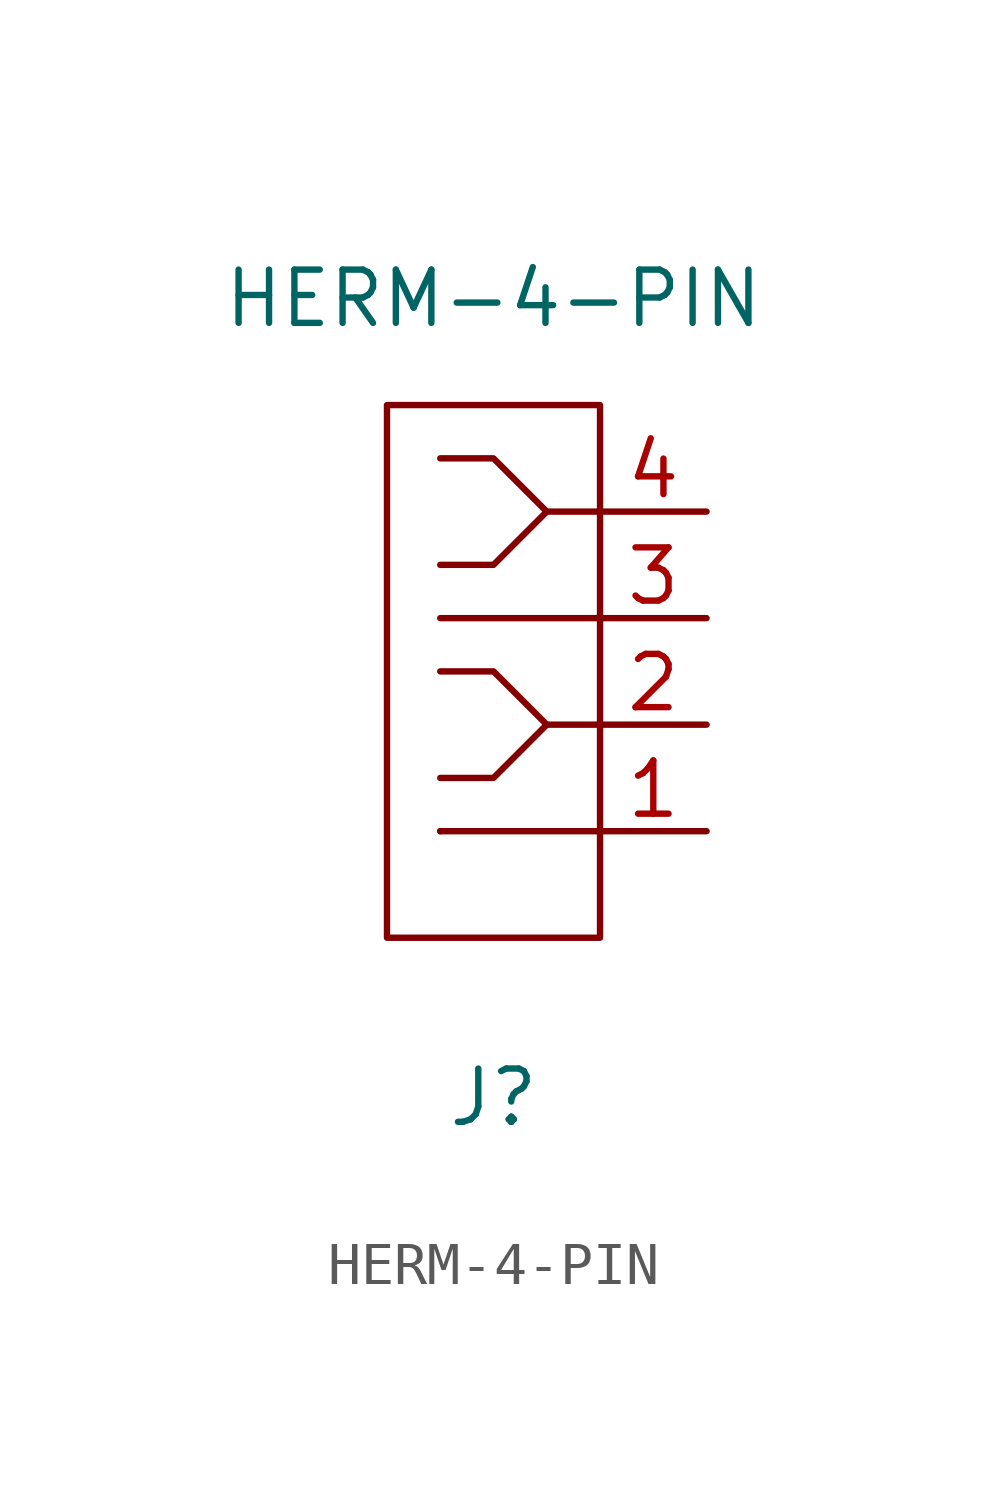
<source format=kicad_sym>
(kicad_symbol_lib
  (version 20211014)
  (generator kicad_symbol_editor)
  (symbol "HERM-4-PIN"
    (property "Reference" "J"
      (at 0 -10.16 0)
      (effects (font (size 1.27 1.27))))
    (property "Value" "HERM-4-PIN"
      (at 0 8.89 0)
      (effects (font (size 1.27 1.27))))
    (symbol "HERM-4-PIN_0_1"
      (rectangle (start -2.54 6.35) (end 2.54 -6.35) (stroke (width 0) (type default) (color 0 0 0 0)) (fill (type none)))
      (polyline (pts (xy -1.27 -3.81) (xy -1.27 -3.81)) (stroke (width 0) (type default) (color 0 0 0 0)) (fill (type none)))
      (polyline (pts (xy 2.54 -3.81) (xy -1.27 -3.81)) (stroke (width 0) (type default) (color 0 0 0 0)) (fill (type none)))
      (polyline (pts (xy 2.54 1.27) (xy -1.27 1.27)) (stroke (width 0) (type default) (color 0 0 0 0)) (fill (type none)))
      (polyline (pts (xy 1.27 -1.27) (xy 0 -2.54) (xy -1.27 -2.54)) (stroke (width 0) (type default) (color 0 0 0 0)) (fill (type none)))
      (polyline (pts (xy 1.27 3.81) (xy 0 2.54) (xy -1.27 2.54)) (stroke (width 0) (type default) (color 0 0 0 0)) (fill (type none)))
      (polyline (pts (xy 2.54 -1.27) (xy 1.27 -1.27) (xy 0 0) (xy -1.27 0)) (stroke (width 0) (type default) (color 0 0 0 0)) (fill (type none)))
      (polyline (pts (xy 2.54 3.81) (xy 1.27 3.81) (xy 0 5.08) (xy -1.27 5.08)) (stroke (width 0) (type default) (color 0 0 0 0)) (fill (type none))))
    (symbol "HERM-4-PIN_1_1"
      (pin power_in line (at 5.08 -3.81 180) (length 2.54) (name "" (effects (font (size 1.27 1.27)))) (number "1" (effects (font (size 1.27 1.27)))))
      (pin power_in line (at 5.08 -1.27 180) (length 2.54) (name "" (effects (font (size 1.27 1.27)))) (number "2" (effects (font (size 1.27 1.27)))))
      (pin power_in line (at 5.08 1.27 180) (length 2.54) (name "" (effects (font (size 1.27 1.27)))) (number "3" (effects (font (size 1.27 1.27)))))
      (pin power_in line (at 5.08 3.81 180) (length 2.54) (name "" (effects (font (size 1.27 1.27)))) (number "4" (effects (font (size 1.27 1.27))))))))
</source>
